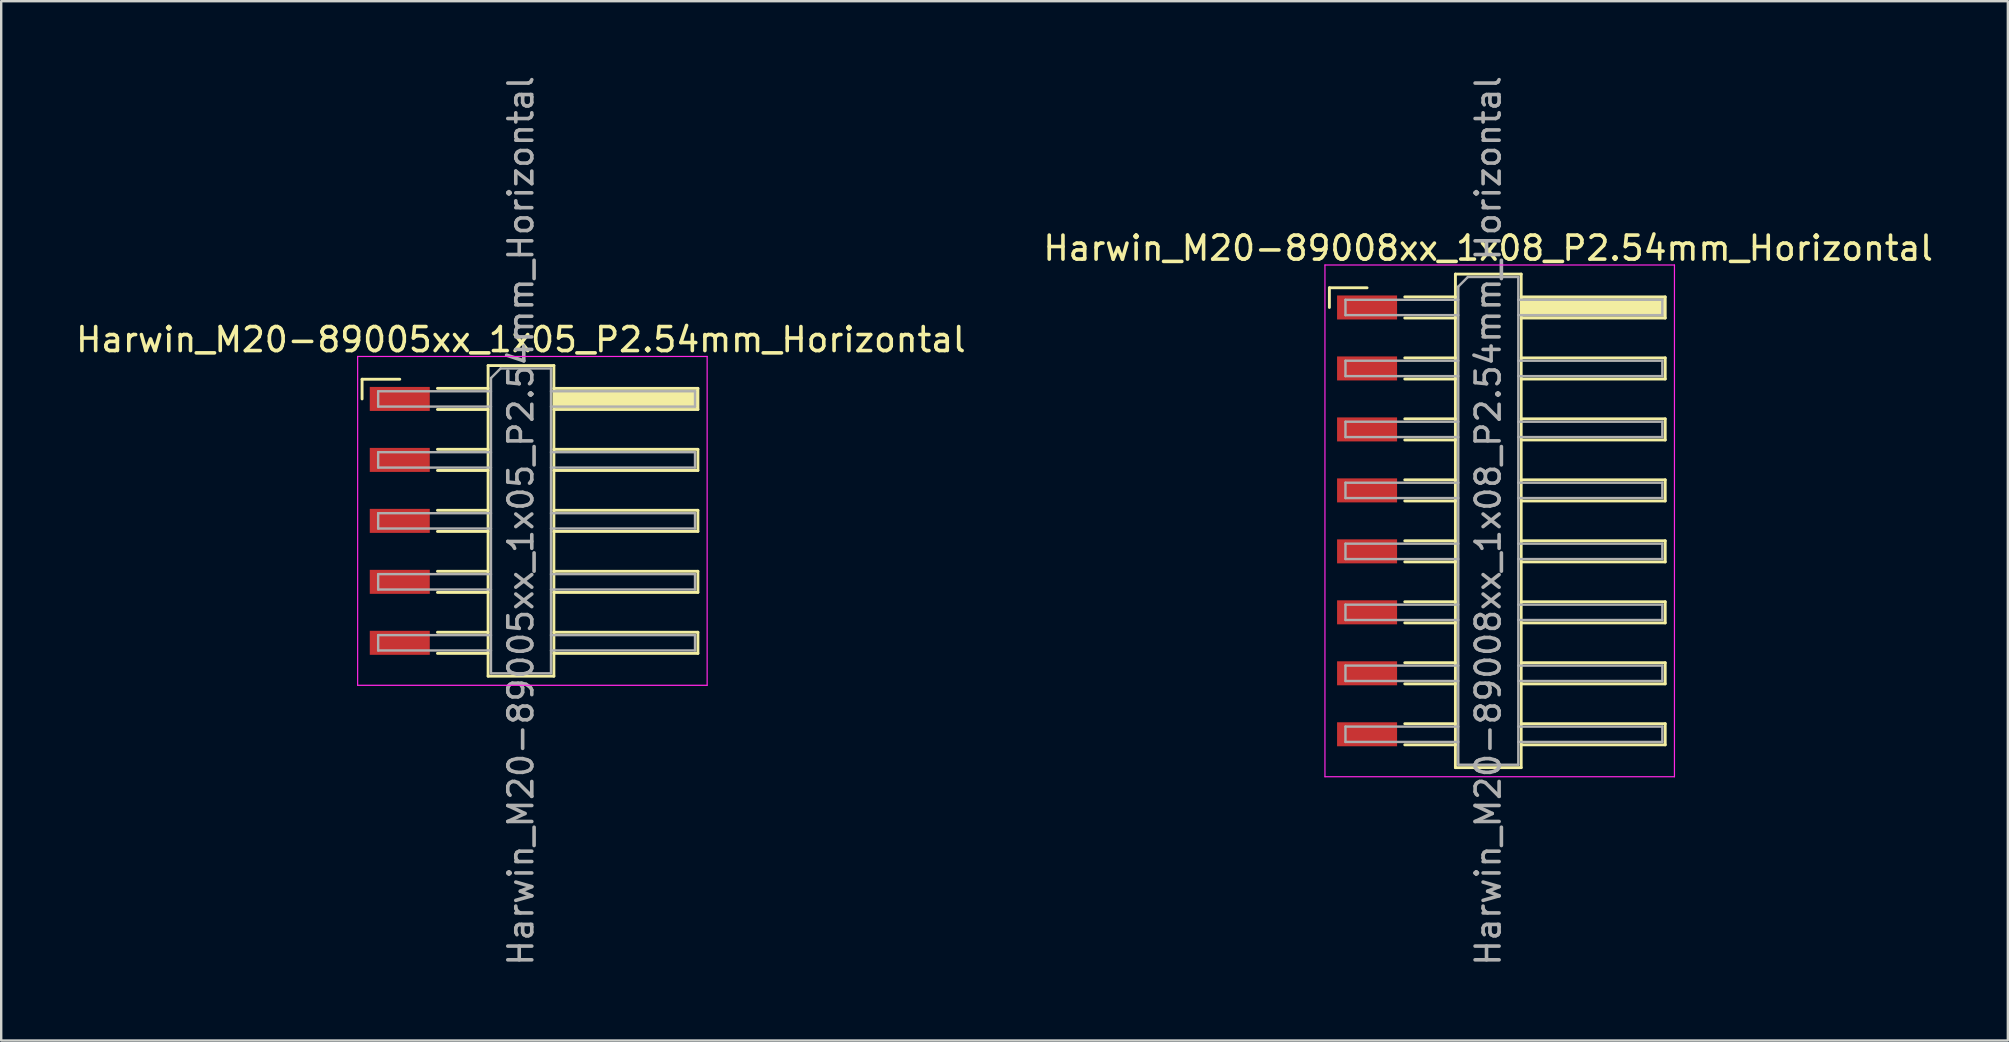
<source format=kicad_pcb>
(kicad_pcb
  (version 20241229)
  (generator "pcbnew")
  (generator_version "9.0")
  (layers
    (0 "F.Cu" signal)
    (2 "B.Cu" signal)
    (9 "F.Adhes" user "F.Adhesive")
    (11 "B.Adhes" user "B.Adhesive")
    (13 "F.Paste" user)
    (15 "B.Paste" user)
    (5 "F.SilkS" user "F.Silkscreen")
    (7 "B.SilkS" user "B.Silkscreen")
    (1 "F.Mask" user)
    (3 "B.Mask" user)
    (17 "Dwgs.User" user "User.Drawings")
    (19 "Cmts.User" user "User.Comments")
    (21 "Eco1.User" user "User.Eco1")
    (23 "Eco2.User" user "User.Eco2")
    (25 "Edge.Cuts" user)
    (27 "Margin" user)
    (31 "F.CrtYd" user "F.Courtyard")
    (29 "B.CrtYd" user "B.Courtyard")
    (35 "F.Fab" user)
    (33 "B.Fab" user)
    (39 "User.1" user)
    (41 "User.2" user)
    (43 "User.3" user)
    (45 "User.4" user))
  (footprint "Harwin_M20-89008xx_1x08_P2.54mm_Horizontal"
    (layer "F.Cu")
    (at 59.426 18.649)
    (property "Reference" "Harwin_M20-89008xx_1x08_P2.54mm_Horizontal" (at -0.48 -11.36 0) (layer "F.SilkS") (effects (font (size 1 1) (thickness 0.15))))
    (attr smd)
    (fp_line (start -7.095 -9.71) (end -5.525 -9.71) (stroke (width 0.12) (type solid)) (layer "F.SilkS"))
    (fp_line (start -7.095 -8.89) (end -7.095 -9.71) (stroke (width 0.12) (type solid)) (layer "F.SilkS"))
    (fp_line (start -3.955 -9.33) (end -1.845 -9.33) (stroke (width 0.12) (type solid)) (layer "F.SilkS"))
    (fp_line (start -3.955 -8.45) (end -1.845 -8.45) (stroke (width 0.12) (type solid)) (layer "F.SilkS"))
    (fp_line (start -3.955 -6.79) (end -1.845 -6.79) (stroke (width 0.12) (type solid)) (layer "F.SilkS"))
    (fp_line (start -3.955 -5.91) (end -1.845 -5.91) (stroke (width 0.12) (type solid)) (layer "F.SilkS"))
    (fp_line (start -3.955 -4.25) (end -1.845 -4.25) (stroke (width 0.12) (type solid)) (layer "F.SilkS"))
    (fp_line (start -3.955 -3.37) (end -1.845 -3.37) (stroke (width 0.12) (type solid)) (layer "F.SilkS"))
    (fp_line (start -3.955 -1.71) (end -1.845 -1.71) (stroke (width 0.12) (type solid)) (layer "F.SilkS"))
    (fp_line (start -3.955 -0.83) (end -1.845 -0.83) (stroke (width 0.12) (type solid)) (layer "F.SilkS"))
    (fp_line (start -3.955 0.83) (end -1.845 0.83) (stroke (width 0.12) (type solid)) (layer "F.SilkS"))
    (fp_line (start -3.955 1.71) (end -1.845 1.71) (stroke (width 0.12) (type solid)) (layer "F.SilkS"))
    (fp_line (start -3.955 3.37) (end -1.845 3.37) (stroke (width 0.12) (type solid)) (layer "F.SilkS"))
    (fp_line (start -3.955 4.25) (end -1.845 4.25) (stroke (width 0.12) (type solid)) (layer "F.SilkS"))
    (fp_line (start -3.955 5.91) (end -1.845 5.91) (stroke (width 0.12) (type solid)) (layer "F.SilkS"))
    (fp_line (start -3.955 6.79) (end -1.845 6.79) (stroke (width 0.12) (type solid)) (layer "F.SilkS"))
    (fp_line (start -3.955 8.45) (end -1.845 8.45) (stroke (width 0.12) (type solid)) (layer "F.SilkS"))
    (fp_line (start -3.955 9.33) (end -1.845 9.33) (stroke (width 0.12) (type solid)) (layer "F.SilkS"))
    (fp_line (start -1.845 -10.28) (end 0.895 -10.28) (stroke (width 0.12) (type solid)) (layer "F.SilkS"))
    (fp_line (start -1.845 10.28) (end -1.845 -10.28) (stroke (width 0.12) (type solid)) (layer "F.SilkS"))
    (fp_line (start 0.895 -10.28) (end 0.895 10.28) (stroke (width 0.12) (type solid)) (layer "F.SilkS"))
    (fp_line (start 0.895 -9.33) (end 6.895 -9.33) (stroke (width 0.12) (type solid)) (layer "F.SilkS"))
    (fp_line (start 0.895 -6.79) (end 6.895 -6.79) (stroke (width 0.12) (type solid)) (layer "F.SilkS"))
    (fp_line (start 0.895 -4.25) (end 6.895 -4.25) (stroke (width 0.12) (type solid)) (layer "F.SilkS"))
    (fp_line (start 0.895 -1.71) (end 6.895 -1.71) (stroke (width 0.12) (type solid)) (layer "F.SilkS"))
    (fp_line (start 0.895 0.83) (end 6.895 0.83) (stroke (width 0.12) (type solid)) (layer "F.SilkS"))
    (fp_line (start 0.895 3.37) (end 6.895 3.37) (stroke (width 0.12) (type solid)) (layer "F.SilkS"))
    (fp_line (start 0.895 5.91) (end 6.895 5.91) (stroke (width 0.12) (type solid)) (layer "F.SilkS"))
    (fp_line (start 0.895 8.45) (end 6.895 8.45) (stroke (width 0.12) (type solid)) (layer "F.SilkS"))
    (fp_line (start 0.895 10.28) (end -1.845 10.28) (stroke (width 0.12) (type solid)) (layer "F.SilkS"))
    (fp_line (start 6.895 -9.33) (end 6.895 -8.45) (stroke (width 0.12) (type solid)) (layer "F.SilkS"))
    (fp_line (start 6.895 -8.45) (end 0.895 -8.45) (stroke (width 0.12) (type solid)) (layer "F.SilkS"))
    (fp_line (start 6.895 -6.79) (end 6.895 -5.91) (stroke (width 0.12) (type solid)) (layer "F.SilkS"))
    (fp_line (start 6.895 -5.91) (end 0.895 -5.91) (stroke (width 0.12) (type solid)) (layer "F.SilkS"))
    (fp_line (start 6.895 -4.25) (end 6.895 -3.37) (stroke (width 0.12) (type solid)) (layer "F.SilkS"))
    (fp_line (start 6.895 -3.37) (end 0.895 -3.37) (stroke (width 0.12) (type solid)) (layer "F.SilkS"))
    (fp_line (start 6.895 -1.71) (end 6.895 -0.83) (stroke (width 0.12) (type solid)) (layer "F.SilkS"))
    (fp_line (start 6.895 -0.83) (end 0.895 -0.83) (stroke (width 0.12) (type solid)) (layer "F.SilkS"))
    (fp_line (start 6.895 0.83) (end 6.895 1.71) (stroke (width 0.12) (type solid)) (layer "F.SilkS"))
    (fp_line (start 6.895 1.71) (end 0.895 1.71) (stroke (width 0.12) (type solid)) (layer "F.SilkS"))
    (fp_line (start 6.895 3.37) (end 6.895 4.25) (stroke (width 0.12) (type solid)) (layer "F.SilkS"))
    (fp_line (start 6.895 4.25) (end 0.895 4.25) (stroke (width 0.12) (type solid)) (layer "F.SilkS"))
    (fp_line (start 6.895 5.91) (end 6.895 6.79) (stroke (width 0.12) (type solid)) (layer "F.SilkS"))
    (fp_line (start 6.895 6.79) (end 0.895 6.79) (stroke (width 0.12) (type solid)) (layer "F.SilkS"))
    (fp_line (start 6.895 8.45) (end 6.895 9.33) (stroke (width 0.12) (type solid)) (layer "F.SilkS"))
    (fp_line (start 6.895 9.33) (end 0.895 9.33) (stroke (width 0.12) (type solid)) (layer "F.SilkS"))
    (fp_line (start -7.28 -10.66) (end 7.28 -10.66) (stroke (width 0.05) (type solid)) (layer "F.CrtYd"))
    (fp_line (start -7.28 10.66) (end -7.28 -10.66) (stroke (width 0.05) (type solid)) (layer "F.CrtYd"))
    (fp_line (start 7.28 -10.66) (end 7.28 10.66) (stroke (width 0.05) (type solid)) (layer "F.CrtYd"))
    (fp_line (start 7.28 10.66) (end -7.28 10.66) (stroke (width 0.05) (type solid)) (layer "F.CrtYd"))
    (fp_line (start -6.425 -9.21) (end -6.425 -8.57) (stroke (width 0.1) (type solid)) (layer "F.Fab"))
    (fp_line (start -6.425 -8.57) (end -1.725 -8.57) (stroke (width 0.1) (type solid)) (layer "F.Fab"))
    (fp_line (start -6.425 -6.67) (end -6.425 -6.03) (stroke (width 0.1) (type solid)) (layer "F.Fab"))
    (fp_line (start -6.425 -6.03) (end -1.725 -6.03) (stroke (width 0.1) (type solid)) (layer "F.Fab"))
    (fp_line (start -6.425 -4.13) (end -6.425 -3.49) (stroke (width 0.1) (type solid)) (layer "F.Fab"))
    (fp_line (start -6.425 -3.49) (end -1.725 -3.49) (stroke (width 0.1) (type solid)) (layer "F.Fab"))
    (fp_line (start -6.425 -1.59) (end -6.425 -0.95) (stroke (width 0.1) (type solid)) (layer "F.Fab"))
    (fp_line (start -6.425 -0.95) (end -1.725 -0.95) (stroke (width 0.1) (type solid)) (layer "F.Fab"))
    (fp_line (start -6.425 0.95) (end -6.425 1.59) (stroke (width 0.1) (type solid)) (layer "F.Fab"))
    (fp_line (start -6.425 1.59) (end -1.725 1.59) (stroke (width 0.1) (type solid)) (layer "F.Fab"))
    (fp_line (start -6.425 3.49) (end -6.425 4.13) (stroke (width 0.1) (type solid)) (layer "F.Fab"))
    (fp_line (start -6.425 4.13) (end -1.725 4.13) (stroke (width 0.1) (type solid)) (layer "F.Fab"))
    (fp_line (start -6.425 6.03) (end -6.425 6.67) (stroke (width 0.1) (type solid)) (layer "F.Fab"))
    (fp_line (start -6.425 6.67) (end -1.725 6.67) (stroke (width 0.1) (type solid)) (layer "F.Fab"))
    (fp_line (start -6.425 8.57) (end -6.425 9.21) (stroke (width 0.1) (type solid)) (layer "F.Fab"))
    (fp_line (start -6.425 9.21) (end -1.725 9.21) (stroke (width 0.1) (type solid)) (layer "F.Fab"))
    (fp_line (start -1.725 -9.76) (end -1.325 -10.16) (stroke (width 0.1) (type solid)) (layer "F.Fab"))
    (fp_line (start -1.725 -9.21) (end -6.425 -9.21) (stroke (width 0.1) (type solid)) (layer "F.Fab"))
    (fp_line (start -1.725 -6.67) (end -6.425 -6.67) (stroke (width 0.1) (type solid)) (layer "F.Fab"))
    (fp_line (start -1.725 -4.13) (end -6.425 -4.13) (stroke (width 0.1) (type solid)) (layer "F.Fab"))
    (fp_line (start -1.725 -1.59) (end -6.425 -1.59) (stroke (width 0.1) (type solid)) (layer "F.Fab"))
    (fp_line (start -1.725 0.95) (end -6.425 0.95) (stroke (width 0.1) (type solid)) (layer "F.Fab"))
    (fp_line (start -1.725 3.49) (end -6.425 3.49) (stroke (width 0.1) (type solid)) (layer "F.Fab"))
    (fp_line (start -1.725 6.03) (end -6.425 6.03) (stroke (width 0.1) (type solid)) (layer "F.Fab"))
    (fp_line (start -1.725 8.57) (end -6.425 8.57) (stroke (width 0.1) (type solid)) (layer "F.Fab"))
    (fp_line (start -1.725 10.16) (end -1.725 -9.76) (stroke (width 0.1) (type solid)) (layer "F.Fab"))
    (fp_line (start -1.325 -10.16) (end 0.775 -10.16) (stroke (width 0.1) (type solid)) (layer "F.Fab"))
    (fp_line (start 0.775 -10.16) (end 0.775 10.16) (stroke (width 0.1) (type solid)) (layer "F.Fab"))
    (fp_line (start 0.775 -9.21) (end 6.775 -9.21) (stroke (width 0.1) (type solid)) (layer "F.Fab"))
    (fp_line (start 0.775 -6.67) (end 6.775 -6.67) (stroke (width 0.1) (type solid)) (layer "F.Fab"))
    (fp_line (start 0.775 -4.13) (end 6.775 -4.13) (stroke (width 0.1) (type solid)) (layer "F.Fab"))
    (fp_line (start 0.775 -1.59) (end 6.775 -1.59) (stroke (width 0.1) (type solid)) (layer "F.Fab"))
    (fp_line (start 0.775 0.95) (end 6.775 0.95) (stroke (width 0.1) (type solid)) (layer "F.Fab"))
    (fp_line (start 0.775 3.49) (end 6.775 3.49) (stroke (width 0.1) (type solid)) (layer "F.Fab"))
    (fp_line (start 0.775 6.03) (end 6.775 6.03) (stroke (width 0.1) (type solid)) (layer "F.Fab"))
    (fp_line (start 0.775 8.57) (end 6.775 8.57) (stroke (width 0.1) (type solid)) (layer "F.Fab"))
    (fp_line (start 0.775 10.16) (end -1.725 10.16) (stroke (width 0.1) (type solid)) (layer "F.Fab"))
    (fp_line (start 6.775 -9.21) (end 6.775 -8.57) (stroke (width 0.1) (type solid)) (layer "F.Fab"))
    (fp_line (start 6.775 -8.57) (end 0.775 -8.57) (stroke (width 0.1) (type solid)) (layer "F.Fab"))
    (fp_line (start 6.775 -6.67) (end 6.775 -6.03) (stroke (width 0.1) (type solid)) (layer "F.Fab"))
    (fp_line (start 6.775 -6.03) (end 0.775 -6.03) (stroke (width 0.1) (type solid)) (layer "F.Fab"))
    (fp_line (start 6.775 -4.13) (end 6.775 -3.49) (stroke (width 0.1) (type solid)) (layer "F.Fab"))
    (fp_line (start 6.775 -3.49) (end 0.775 -3.49) (stroke (width 0.1) (type solid)) (layer "F.Fab"))
    (fp_line (start 6.775 -1.59) (end 6.775 -0.95) (stroke (width 0.1) (type solid)) (layer "F.Fab"))
    (fp_line (start 6.775 -0.95) (end 0.775 -0.95) (stroke (width 0.1) (type solid)) (layer "F.Fab"))
    (fp_line (start 6.775 0.95) (end 6.775 1.59) (stroke (width 0.1) (type solid)) (layer "F.Fab"))
    (fp_line (start 6.775 1.59) (end 0.775 1.59) (stroke (width 0.1) (type solid)) (layer "F.Fab"))
    (fp_line (start 6.775 3.49) (end 6.775 4.13) (stroke (width 0.1) (type solid)) (layer "F.Fab"))
    (fp_line (start 6.775 4.13) (end 0.775 4.13) (stroke (width 0.1) (type solid)) (layer "F.Fab"))
    (fp_line (start 6.775 6.03) (end 6.775 6.67) (stroke (width 0.1) (type solid)) (layer "F.Fab"))
    (fp_line (start 6.775 6.67) (end 0.775 6.67) (stroke (width 0.1) (type solid)) (layer "F.Fab"))
    (fp_line (start 6.775 8.57) (end 6.775 9.21) (stroke (width 0.1) (type solid)) (layer "F.Fab"))
    (fp_line (start 6.775 9.21) (end 0.775 9.21) (stroke (width 0.1) (type solid)) (layer "F.Fab"))
    (fp_text user "${REFERENCE}" (at -0.48 0 90) (layer "F.Fab") (effects (font (size 1 1) (thickness 0.15))))
    (pad "" smd rect (at 3.895 -8.89) (size 6 0.76) (layers "F.SilkS"))
    (pad "1" smd rect (at -5.525 -8.89) (size 2.5 1) (layers "F.Cu" "F.Mask" "F.Paste"))
    (pad "2" smd rect (at -5.525 -6.35) (size 2.5 1) (layers "F.Cu" "F.Mask" "F.Paste"))
    (pad "3" smd rect (at -5.525 -3.81) (size 2.5 1) (layers "F.Cu" "F.Mask" "F.Paste"))
    (pad "4" smd rect (at -5.525 -1.27) (size 2.5 1) (layers "F.Cu" "F.Mask" "F.Paste"))
    (pad "5" smd rect (at -5.525 1.27) (size 2.5 1) (layers "F.Cu" "F.Mask" "F.Paste"))
    (pad "6" smd rect (at -5.525 3.81) (size 2.5 1) (layers "F.Cu" "F.Mask" "F.Paste"))
    (pad "7" smd rect (at -5.525 6.35) (size 2.5 1) (layers "F.Cu" "F.Mask" "F.Paste"))
    (pad "8" smd rect (at -5.525 8.89) (size 2.5 1) (layers "F.Cu" "F.Mask" "F.Paste")))
  (footprint "Harwin_M20-89005xx_1x05_P2.54mm_Horizontal"
    (layer "F.Cu")
    (at 19.129 18.649)
    (property "Reference" "Harwin_M20-89005xx_1x05_P2.54mm_Horizontal" (at -0.48 -7.55 0) (layer "F.SilkS") (effects (font (size 1 1) (thickness 0.15))))
    (attr smd)
    (fp_line (start -7.095 -5.9) (end -5.525 -5.9) (stroke (width 0.12) (type solid)) (layer "F.SilkS"))
    (fp_line (start -7.095 -5.08) (end -7.095 -5.9) (stroke (width 0.12) (type solid)) (layer "F.SilkS"))
    (fp_line (start -3.955 -5.52) (end -1.845 -5.52) (stroke (width 0.12) (type solid)) (layer "F.SilkS"))
    (fp_line (start -3.955 -4.64) (end -1.845 -4.64) (stroke (width 0.12) (type solid)) (layer "F.SilkS"))
    (fp_line (start -3.955 -2.98) (end -1.845 -2.98) (stroke (width 0.12) (type solid)) (layer "F.SilkS"))
    (fp_line (start -3.955 -2.1) (end -1.845 -2.1) (stroke (width 0.12) (type solid)) (layer "F.SilkS"))
    (fp_line (start -3.955 -0.44) (end -1.845 -0.44) (stroke (width 0.12) (type solid)) (layer "F.SilkS"))
    (fp_line (start -3.955 0.44) (end -1.845 0.44) (stroke (width 0.12) (type solid)) (layer "F.SilkS"))
    (fp_line (start -3.955 2.1) (end -1.845 2.1) (stroke (width 0.12) (type solid)) (layer "F.SilkS"))
    (fp_line (start -3.955 2.98) (end -1.845 2.98) (stroke (width 0.12) (type solid)) (layer "F.SilkS"))
    (fp_line (start -3.955 4.64) (end -1.845 4.64) (stroke (width 0.12) (type solid)) (layer "F.SilkS"))
    (fp_line (start -3.955 5.52) (end -1.845 5.52) (stroke (width 0.12) (type solid)) (layer "F.SilkS"))
    (fp_line (start -1.845 -6.47) (end 0.895 -6.47) (stroke (width 0.12) (type solid)) (layer "F.SilkS"))
    (fp_line (start -1.845 6.47) (end -1.845 -6.47) (stroke (width 0.12) (type solid)) (layer "F.SilkS"))
    (fp_line (start 0.895 -6.47) (end 0.895 6.47) (stroke (width 0.12) (type solid)) (layer "F.SilkS"))
    (fp_line (start 0.895 -5.52) (end 6.895 -5.52) (stroke (width 0.12) (type solid)) (layer "F.SilkS"))
    (fp_line (start 0.895 -2.98) (end 6.895 -2.98) (stroke (width 0.12) (type solid)) (layer "F.SilkS"))
    (fp_line (start 0.895 -0.44) (end 6.895 -0.44) (stroke (width 0.12) (type solid)) (layer "F.SilkS"))
    (fp_line (start 0.895 2.1) (end 6.895 2.1) (stroke (width 0.12) (type solid)) (layer "F.SilkS"))
    (fp_line (start 0.895 4.64) (end 6.895 4.64) (stroke (width 0.12) (type solid)) (layer "F.SilkS"))
    (fp_line (start 0.895 6.47) (end -1.845 6.47) (stroke (width 0.12) (type solid)) (layer "F.SilkS"))
    (fp_line (start 6.895 -5.52) (end 6.895 -4.64) (stroke (width 0.12) (type solid)) (layer "F.SilkS"))
    (fp_line (start 6.895 -4.64) (end 0.895 -4.64) (stroke (width 0.12) (type solid)) (layer "F.SilkS"))
    (fp_line (start 6.895 -2.98) (end 6.895 -2.1) (stroke (width 0.12) (type solid)) (layer "F.SilkS"))
    (fp_line (start 6.895 -2.1) (end 0.895 -2.1) (stroke (width 0.12) (type solid)) (layer "F.SilkS"))
    (fp_line (start 6.895 -0.44) (end 6.895 0.44) (stroke (width 0.12) (type solid)) (layer "F.SilkS"))
    (fp_line (start 6.895 0.44) (end 0.895 0.44) (stroke (width 0.12) (type solid)) (layer "F.SilkS"))
    (fp_line (start 6.895 2.1) (end 6.895 2.98) (stroke (width 0.12) (type solid)) (layer "F.SilkS"))
    (fp_line (start 6.895 2.98) (end 0.895 2.98) (stroke (width 0.12) (type solid)) (layer "F.SilkS"))
    (fp_line (start 6.895 4.64) (end 6.895 5.52) (stroke (width 0.12) (type solid)) (layer "F.SilkS"))
    (fp_line (start 6.895 5.52) (end 0.895 5.52) (stroke (width 0.12) (type solid)) (layer "F.SilkS"))
    (fp_line (start -7.28 -6.85) (end 7.28 -6.85) (stroke (width 0.05) (type solid)) (layer "F.CrtYd"))
    (fp_line (start -7.28 6.85) (end -7.28 -6.85) (stroke (width 0.05) (type solid)) (layer "F.CrtYd"))
    (fp_line (start 7.28 -6.85) (end 7.28 6.85) (stroke (width 0.05) (type solid)) (layer "F.CrtYd"))
    (fp_line (start 7.28 6.85) (end -7.28 6.85) (stroke (width 0.05) (type solid)) (layer "F.CrtYd"))
    (fp_line (start -6.425 -5.4) (end -6.425 -4.76) (stroke (width 0.1) (type solid)) (layer "F.Fab"))
    (fp_line (start -6.425 -4.76) (end -1.725 -4.76) (stroke (width 0.1) (type solid)) (layer "F.Fab"))
    (fp_line (start -6.425 -2.86) (end -6.425 -2.22) (stroke (width 0.1) (type solid)) (layer "F.Fab"))
    (fp_line (start -6.425 -2.22) (end -1.725 -2.22) (stroke (width 0.1) (type solid)) (layer "F.Fab"))
    (fp_line (start -6.425 -0.32) (end -6.425 0.32) (stroke (width 0.1) (type solid)) (layer "F.Fab"))
    (fp_line (start -6.425 0.32) (end -1.725 0.32) (stroke (width 0.1) (type solid)) (layer "F.Fab"))
    (fp_line (start -6.425 2.22) (end -6.425 2.86) (stroke (width 0.1) (type solid)) (layer "F.Fab"))
    (fp_line (start -6.425 2.86) (end -1.725 2.86) (stroke (width 0.1) (type solid)) (layer "F.Fab"))
    (fp_line (start -6.425 4.76) (end -6.425 5.4) (stroke (width 0.1) (type solid)) (layer "F.Fab"))
    (fp_line (start -6.425 5.4) (end -1.725 5.4) (stroke (width 0.1) (type solid)) (layer "F.Fab"))
    (fp_line (start -1.725 -5.95) (end -1.325 -6.35) (stroke (width 0.1) (type solid)) (layer "F.Fab"))
    (fp_line (start -1.725 -5.4) (end -6.425 -5.4) (stroke (width 0.1) (type solid)) (layer "F.Fab"))
    (fp_line (start -1.725 -2.86) (end -6.425 -2.86) (stroke (width 0.1) (type solid)) (layer "F.Fab"))
    (fp_line (start -1.725 -0.32) (end -6.425 -0.32) (stroke (width 0.1) (type solid)) (layer "F.Fab"))
    (fp_line (start -1.725 2.22) (end -6.425 2.22) (stroke (width 0.1) (type solid)) (layer "F.Fab"))
    (fp_line (start -1.725 4.76) (end -6.425 4.76) (stroke (width 0.1) (type solid)) (layer "F.Fab"))
    (fp_line (start -1.725 6.35) (end -1.725 -5.95) (stroke (width 0.1) (type solid)) (layer "F.Fab"))
    (fp_line (start -1.325 -6.35) (end 0.775 -6.35) (stroke (width 0.1) (type solid)) (layer "F.Fab"))
    (fp_line (start 0.775 -6.35) (end 0.775 6.35) (stroke (width 0.1) (type solid)) (layer "F.Fab"))
    (fp_line (start 0.775 -5.4) (end 6.775 -5.4) (stroke (width 0.1) (type solid)) (layer "F.Fab"))
    (fp_line (start 0.775 -2.86) (end 6.775 -2.86) (stroke (width 0.1) (type solid)) (layer "F.Fab"))
    (fp_line (start 0.775 -0.32) (end 6.775 -0.32) (stroke (width 0.1) (type solid)) (layer "F.Fab"))
    (fp_line (start 0.775 2.22) (end 6.775 2.22) (stroke (width 0.1) (type solid)) (layer "F.Fab"))
    (fp_line (start 0.775 4.76) (end 6.775 4.76) (stroke (width 0.1) (type solid)) (layer "F.Fab"))
    (fp_line (start 0.775 6.35) (end -1.725 6.35) (stroke (width 0.1) (type solid)) (layer "F.Fab"))
    (fp_line (start 6.775 -5.4) (end 6.775 -4.76) (stroke (width 0.1) (type solid)) (layer "F.Fab"))
    (fp_line (start 6.775 -4.76) (end 0.775 -4.76) (stroke (width 0.1) (type solid)) (layer "F.Fab"))
    (fp_line (start 6.775 -2.86) (end 6.775 -2.22) (stroke (width 0.1) (type solid)) (layer "F.Fab"))
    (fp_line (start 6.775 -2.22) (end 0.775 -2.22) (stroke (width 0.1) (type solid)) (layer "F.Fab"))
    (fp_line (start 6.775 -0.32) (end 6.775 0.32) (stroke (width 0.1) (type solid)) (layer "F.Fab"))
    (fp_line (start 6.775 0.32) (end 0.775 0.32) (stroke (width 0.1) (type solid)) (layer "F.Fab"))
    (fp_line (start 6.775 2.22) (end 6.775 2.86) (stroke (width 0.1) (type solid)) (layer "F.Fab"))
    (fp_line (start 6.775 2.86) (end 0.775 2.86) (stroke (width 0.1) (type solid)) (layer "F.Fab"))
    (fp_line (start 6.775 4.76) (end 6.775 5.4) (stroke (width 0.1) (type solid)) (layer "F.Fab"))
    (fp_line (start 6.775 5.4) (end 0.775 5.4) (stroke (width 0.1) (type solid)) (layer "F.Fab"))
    (fp_text user "${REFERENCE}" (at -0.48 0 90) (layer "F.Fab") (effects (font (size 1 1) (thickness 0.15))))
    (pad "" smd rect (at 3.895 -5.08) (size 6 0.76) (layers "F.SilkS"))
    (pad "1" smd rect (at -5.525 -5.08) (size 2.5 1) (layers "F.Cu" "F.Mask" "F.Paste"))
    (pad "2" smd rect (at -5.525 -2.54) (size 2.5 1) (layers "F.Cu" "F.Mask" "F.Paste"))
    (pad "3" smd rect (at -5.525 0) (size 2.5 1) (layers "F.Cu" "F.Mask" "F.Paste"))
    (pad "4" smd rect (at -5.525 2.54) (size 2.5 1) (layers "F.Cu" "F.Mask" "F.Paste"))
    (pad "5" smd rect (at -5.525 5.08) (size 2.5 1) (layers "F.Cu" "F.Mask" "F.Paste")))
  (gr_rect
    (start -3 -3)
    (end 80.595 40.298)
    (stroke (width 0.1) (type default))
    (fill no)
    (layer "Edge.Cuts")))
</source>
